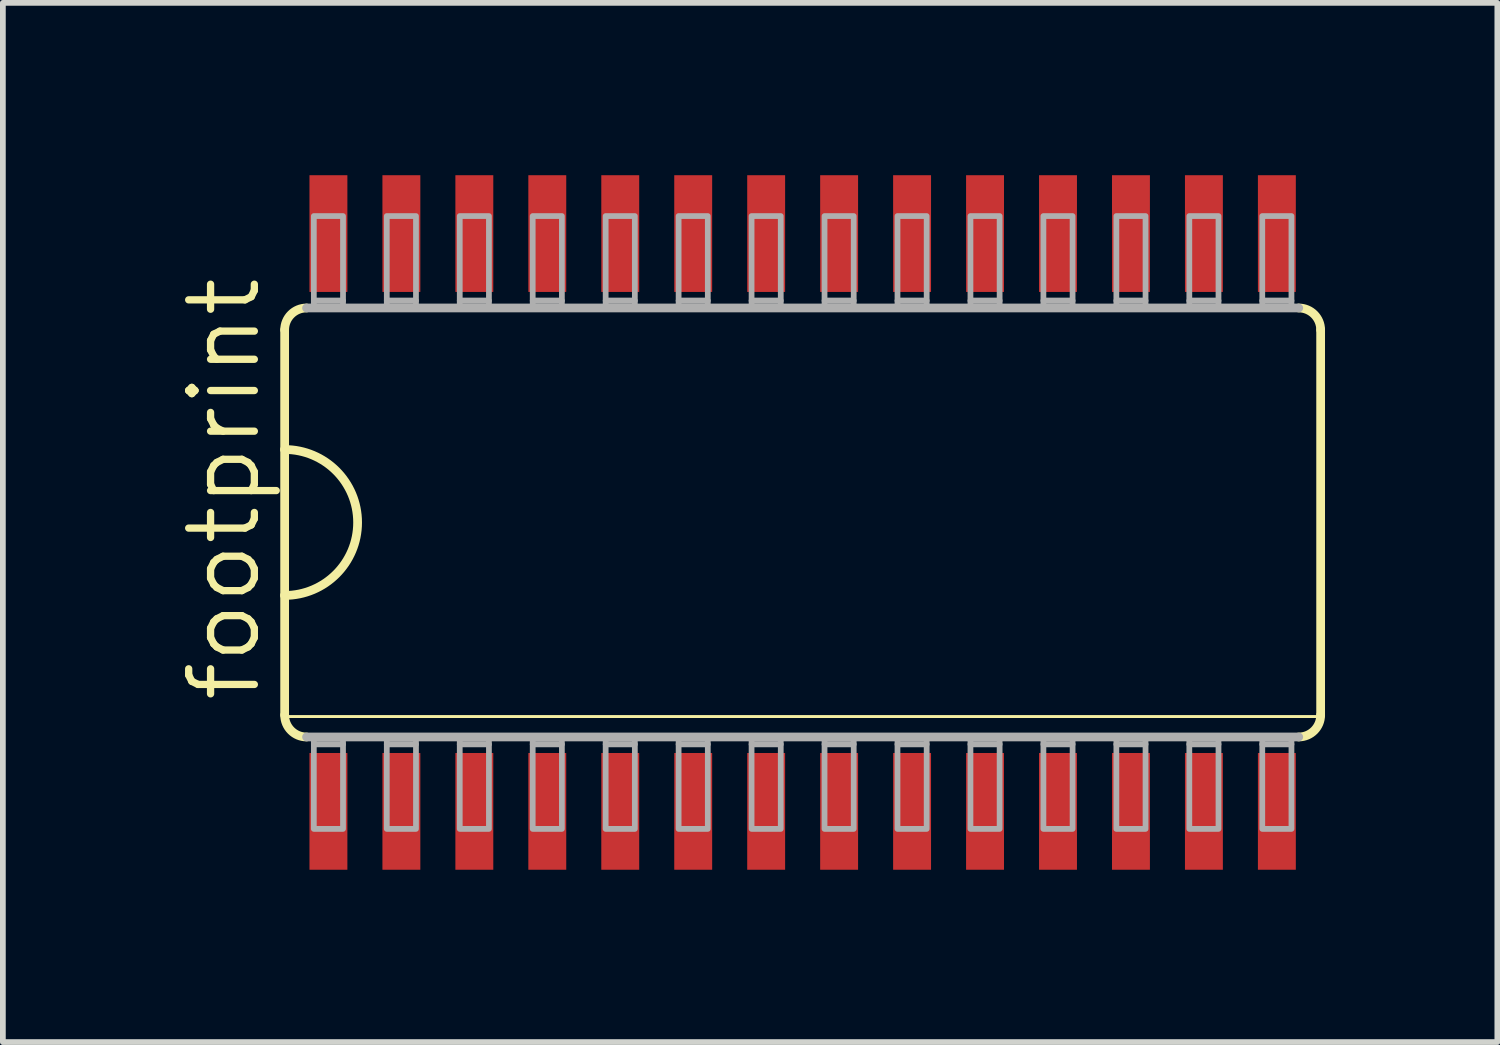
<source format=kicad_pcb>
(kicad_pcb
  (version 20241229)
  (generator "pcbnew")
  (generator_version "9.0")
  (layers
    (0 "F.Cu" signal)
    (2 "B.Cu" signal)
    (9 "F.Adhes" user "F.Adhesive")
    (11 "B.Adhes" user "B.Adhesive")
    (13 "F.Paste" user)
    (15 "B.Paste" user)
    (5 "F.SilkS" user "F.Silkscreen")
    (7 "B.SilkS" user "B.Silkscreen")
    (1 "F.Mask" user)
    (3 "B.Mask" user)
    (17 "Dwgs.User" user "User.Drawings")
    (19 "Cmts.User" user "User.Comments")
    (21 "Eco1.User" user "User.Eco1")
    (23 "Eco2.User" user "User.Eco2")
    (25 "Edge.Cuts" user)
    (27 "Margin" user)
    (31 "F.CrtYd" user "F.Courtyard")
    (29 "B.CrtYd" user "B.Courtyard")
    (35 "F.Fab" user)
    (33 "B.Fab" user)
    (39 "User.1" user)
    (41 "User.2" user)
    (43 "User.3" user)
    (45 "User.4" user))
  (footprint "footprint"
    (layer "F.Cu")
    (at 10.922 6.045)
    (property "Reference" "footprint" (at -9.398 3.175 90) (layer "F.SilkS") (effects (font (size 1.143 1.143) (thickness 0.127)) (justify left bottom)))
    (fp_line (start -9.017 -3.353) (end -9.017 -1.27) (stroke (width 0.152) (type solid)) (layer "F.SilkS"))
    (fp_line (start -9.017 -1.27) (end -9.017 1.27) (stroke (width 0.152) (type solid)) (layer "F.SilkS"))
    (fp_line (start -9.017 1.27) (end -9.017 3.353) (stroke (width 0.152) (type solid)) (layer "F.SilkS"))
    (fp_line (start -9.017 3.378) (end 9.017 3.378) (stroke (width 0.051) (type solid)) (layer "F.SilkS"))
    (fp_line (start 9.017 3.353) (end 9.017 -3.353) (stroke (width 0.152) (type solid)) (layer "F.SilkS"))
    (fp_arc (start -9.017 -3.3528) (mid -8.905408 -3.622208) (end -8.636 -3.7338) (stroke (width 0.1524) (type solid)) (layer "F.SilkS"))
    (fp_arc (start -9.017 -1.27) (mid -7.747 0) (end -9.017 1.27) (stroke (width 0.1524) (type solid)) (layer "F.SilkS"))
    (fp_arc (start -8.636 3.7338) (mid -8.905408 3.622208) (end -9.017 3.3528) (stroke (width 0.1524) (type solid)) (layer "F.SilkS"))
    (fp_arc (start 8.636 -3.7338) (mid 8.905408 -3.622208) (end 9.017 -3.3528) (stroke (width 0.1524) (type solid)) (layer "F.SilkS"))
    (fp_arc (start 9.017 3.3528) (mid 8.905408 3.622208) (end 8.636 3.7338) (stroke (width 0.1524) (type solid)) (layer "F.SilkS"))
    (fp_line (start -8.636 3.734) (end 8.636 3.734) (stroke (width 0.152) (type solid)) (layer "F.Fab"))
    (fp_line (start 8.636 -3.734) (end -8.636 -3.734) (stroke (width 0.152) (type solid)) (layer "F.Fab"))
    (fp_poly (pts (xy -8.509 -3.861) (xy -8.001 -3.861) (xy -8.001 -5.334) (xy -8.509 -5.334)) (stroke (width 0.1) (type solid)) (fill no) (layer "F.Fab"))
    (fp_poly (pts (xy -8.509 -3.734) (xy -8.001 -3.734) (xy -8.001 -3.861) (xy -8.509 -3.861)) (stroke (width 0.1) (type solid)) (fill no) (layer "F.Fab"))
    (fp_poly (pts (xy -8.509 3.861) (xy -8.001 3.861) (xy -8.001 3.734) (xy -8.509 3.734)) (stroke (width 0.1) (type solid)) (fill no) (layer "F.Fab"))
    (fp_poly (pts (xy -8.509 5.334) (xy -8.001 5.334) (xy -8.001 3.861) (xy -8.509 3.861)) (stroke (width 0.1) (type solid)) (fill no) (layer "F.Fab"))
    (fp_poly (pts (xy -7.239 -3.861) (xy -6.731 -3.861) (xy -6.731 -5.334) (xy -7.239 -5.334)) (stroke (width 0.1) (type solid)) (fill no) (layer "F.Fab"))
    (fp_poly (pts (xy -7.239 -3.734) (xy -6.731 -3.734) (xy -6.731 -3.861) (xy -7.239 -3.861)) (stroke (width 0.1) (type solid)) (fill no) (layer "F.Fab"))
    (fp_poly (pts (xy -7.239 3.861) (xy -6.731 3.861) (xy -6.731 3.734) (xy -7.239 3.734)) (stroke (width 0.1) (type solid)) (fill no) (layer "F.Fab"))
    (fp_poly (pts (xy -7.239 5.334) (xy -6.731 5.334) (xy -6.731 3.861) (xy -7.239 3.861)) (stroke (width 0.1) (type solid)) (fill no) (layer "F.Fab"))
    (fp_poly (pts (xy -5.969 -3.861) (xy -5.461 -3.861) (xy -5.461 -5.334) (xy -5.969 -5.334)) (stroke (width 0.1) (type solid)) (fill no) (layer "F.Fab"))
    (fp_poly (pts (xy -5.969 -3.734) (xy -5.461 -3.734) (xy -5.461 -3.861) (xy -5.969 -3.861)) (stroke (width 0.1) (type solid)) (fill no) (layer "F.Fab"))
    (fp_poly (pts (xy -5.969 3.861) (xy -5.461 3.861) (xy -5.461 3.734) (xy -5.969 3.734)) (stroke (width 0.1) (type solid)) (fill no) (layer "F.Fab"))
    (fp_poly (pts (xy -5.969 5.334) (xy -5.461 5.334) (xy -5.461 3.861) (xy -5.969 3.861)) (stroke (width 0.1) (type solid)) (fill no) (layer "F.Fab"))
    (fp_poly (pts (xy -4.699 -3.861) (xy -4.191 -3.861) (xy -4.191 -5.334) (xy -4.699 -5.334)) (stroke (width 0.1) (type solid)) (fill no) (layer "F.Fab"))
    (fp_poly (pts (xy -4.699 -3.734) (xy -4.191 -3.734) (xy -4.191 -3.861) (xy -4.699 -3.861)) (stroke (width 0.1) (type solid)) (fill no) (layer "F.Fab"))
    (fp_poly (pts (xy -4.699 3.861) (xy -4.191 3.861) (xy -4.191 3.734) (xy -4.699 3.734)) (stroke (width 0.1) (type solid)) (fill no) (layer "F.Fab"))
    (fp_poly (pts (xy -4.699 5.334) (xy -4.191 5.334) (xy -4.191 3.861) (xy -4.699 3.861)) (stroke (width 0.1) (type solid)) (fill no) (layer "F.Fab"))
    (fp_poly (pts (xy -3.429 -3.861) (xy -2.921 -3.861) (xy -2.921 -5.334) (xy -3.429 -5.334)) (stroke (width 0.1) (type solid)) (fill no) (layer "F.Fab"))
    (fp_poly (pts (xy -3.429 -3.734) (xy -2.921 -3.734) (xy -2.921 -3.861) (xy -3.429 -3.861)) (stroke (width 0.1) (type solid)) (fill no) (layer "F.Fab"))
    (fp_poly (pts (xy -3.429 3.861) (xy -2.921 3.861) (xy -2.921 3.734) (xy -3.429 3.734)) (stroke (width 0.1) (type solid)) (fill no) (layer "F.Fab"))
    (fp_poly (pts (xy -3.429 5.334) (xy -2.921 5.334) (xy -2.921 3.861) (xy -3.429 3.861)) (stroke (width 0.1) (type solid)) (fill no) (layer "F.Fab"))
    (fp_poly (pts (xy -2.159 -3.861) (xy -1.651 -3.861) (xy -1.651 -5.334) (xy -2.159 -5.334)) (stroke (width 0.1) (type solid)) (fill no) (layer "F.Fab"))
    (fp_poly (pts (xy -2.159 -3.734) (xy -1.651 -3.734) (xy -1.651 -3.861) (xy -2.159 -3.861)) (stroke (width 0.1) (type solid)) (fill no) (layer "F.Fab"))
    (fp_poly (pts (xy -2.159 3.861) (xy -1.651 3.861) (xy -1.651 3.734) (xy -2.159 3.734)) (stroke (width 0.1) (type solid)) (fill no) (layer "F.Fab"))
    (fp_poly (pts (xy -2.159 5.334) (xy -1.651 5.334) (xy -1.651 3.861) (xy -2.159 3.861)) (stroke (width 0.1) (type solid)) (fill no) (layer "F.Fab"))
    (fp_poly (pts (xy -0.889 -3.861) (xy -0.381 -3.861) (xy -0.381 -5.334) (xy -0.889 -5.334)) (stroke (width 0.1) (type solid)) (fill no) (layer "F.Fab"))
    (fp_poly (pts (xy -0.889 -3.734) (xy -0.381 -3.734) (xy -0.381 -3.861) (xy -0.889 -3.861)) (stroke (width 0.1) (type solid)) (fill no) (layer "F.Fab"))
    (fp_poly (pts (xy -0.889 3.861) (xy -0.381 3.861) (xy -0.381 3.734) (xy -0.889 3.734)) (stroke (width 0.1) (type solid)) (fill no) (layer "F.Fab"))
    (fp_poly (pts (xy -0.889 5.334) (xy -0.381 5.334) (xy -0.381 3.861) (xy -0.889 3.861)) (stroke (width 0.1) (type solid)) (fill no) (layer "F.Fab"))
    (fp_poly (pts (xy 0.381 -3.861) (xy 0.889 -3.861) (xy 0.889 -5.334) (xy 0.381 -5.334)) (stroke (width 0.1) (type solid)) (fill no) (layer "F.Fab"))
    (fp_poly (pts (xy 0.381 -3.734) (xy 0.889 -3.734) (xy 0.889 -3.861) (xy 0.381 -3.861)) (stroke (width 0.1) (type solid)) (fill no) (layer "F.Fab"))
    (fp_poly (pts (xy 0.381 3.861) (xy 0.889 3.861) (xy 0.889 3.734) (xy 0.381 3.734)) (stroke (width 0.1) (type solid)) (fill no) (layer "F.Fab"))
    (fp_poly (pts (xy 0.381 5.334) (xy 0.889 5.334) (xy 0.889 3.861) (xy 0.381 3.861)) (stroke (width 0.1) (type solid)) (fill no) (layer "F.Fab"))
    (fp_poly (pts (xy 1.651 -3.861) (xy 2.159 -3.861) (xy 2.159 -5.334) (xy 1.651 -5.334)) (stroke (width 0.1) (type solid)) (fill no) (layer "F.Fab"))
    (fp_poly (pts (xy 1.651 -3.734) (xy 2.159 -3.734) (xy 2.159 -3.861) (xy 1.651 -3.861)) (stroke (width 0.1) (type solid)) (fill no) (layer "F.Fab"))
    (fp_poly (pts (xy 1.651 3.861) (xy 2.159 3.861) (xy 2.159 3.734) (xy 1.651 3.734)) (stroke (width 0.1) (type solid)) (fill no) (layer "F.Fab"))
    (fp_poly (pts (xy 1.651 5.334) (xy 2.159 5.334) (xy 2.159 3.861) (xy 1.651 3.861)) (stroke (width 0.1) (type solid)) (fill no) (layer "F.Fab"))
    (fp_poly (pts (xy 2.921 -3.861) (xy 3.429 -3.861) (xy 3.429 -5.334) (xy 2.921 -5.334)) (stroke (width 0.1) (type solid)) (fill no) (layer "F.Fab"))
    (fp_poly (pts (xy 2.921 -3.734) (xy 3.429 -3.734) (xy 3.429 -3.861) (xy 2.921 -3.861)) (stroke (width 0.1) (type solid)) (fill no) (layer "F.Fab"))
    (fp_poly (pts (xy 2.921 3.861) (xy 3.429 3.861) (xy 3.429 3.734) (xy 2.921 3.734)) (stroke (width 0.1) (type solid)) (fill no) (layer "F.Fab"))
    (fp_poly (pts (xy 2.921 5.334) (xy 3.429 5.334) (xy 3.429 3.861) (xy 2.921 3.861)) (stroke (width 0.1) (type solid)) (fill no) (layer "F.Fab"))
    (fp_poly (pts (xy 4.191 -3.861) (xy 4.699 -3.861) (xy 4.699 -5.334) (xy 4.191 -5.334)) (stroke (width 0.1) (type solid)) (fill no) (layer "F.Fab"))
    (fp_poly (pts (xy 4.191 -3.734) (xy 4.699 -3.734) (xy 4.699 -3.861) (xy 4.191 -3.861)) (stroke (width 0.1) (type solid)) (fill no) (layer "F.Fab"))
    (fp_poly (pts (xy 4.191 3.861) (xy 4.699 3.861) (xy 4.699 3.734) (xy 4.191 3.734)) (stroke (width 0.1) (type solid)) (fill no) (layer "F.Fab"))
    (fp_poly (pts (xy 4.191 5.334) (xy 4.699 5.334) (xy 4.699 3.861) (xy 4.191 3.861)) (stroke (width 0.1) (type solid)) (fill no) (layer "F.Fab"))
    (fp_poly (pts (xy 5.461 -3.861) (xy 5.969 -3.861) (xy 5.969 -5.334) (xy 5.461 -5.334)) (stroke (width 0.1) (type solid)) (fill no) (layer "F.Fab"))
    (fp_poly (pts (xy 5.461 -3.734) (xy 5.969 -3.734) (xy 5.969 -3.861) (xy 5.461 -3.861)) (stroke (width 0.1) (type solid)) (fill no) (layer "F.Fab"))
    (fp_poly (pts (xy 5.461 3.861) (xy 5.969 3.861) (xy 5.969 3.734) (xy 5.461 3.734)) (stroke (width 0.1) (type solid)) (fill no) (layer "F.Fab"))
    (fp_poly (pts (xy 5.461 5.334) (xy 5.969 5.334) (xy 5.969 3.861) (xy 5.461 3.861)) (stroke (width 0.1) (type solid)) (fill no) (layer "F.Fab"))
    (fp_poly (pts (xy 6.731 -3.861) (xy 7.239 -3.861) (xy 7.239 -5.334) (xy 6.731 -5.334)) (stroke (width 0.1) (type solid)) (fill no) (layer "F.Fab"))
    (fp_poly (pts (xy 6.731 -3.734) (xy 7.239 -3.734) (xy 7.239 -3.861) (xy 6.731 -3.861)) (stroke (width 0.1) (type solid)) (fill no) (layer "F.Fab"))
    (fp_poly (pts (xy 6.731 3.861) (xy 7.239 3.861) (xy 7.239 3.734) (xy 6.731 3.734)) (stroke (width 0.1) (type solid)) (fill no) (layer "F.Fab"))
    (fp_poly (pts (xy 6.731 5.334) (xy 7.239 5.334) (xy 7.239 3.861) (xy 6.731 3.861)) (stroke (width 0.1) (type solid)) (fill no) (layer "F.Fab"))
    (fp_poly (pts (xy 8.001 -3.861) (xy 8.509 -3.861) (xy 8.509 -5.334) (xy 8.001 -5.334)) (stroke (width 0.1) (type solid)) (fill no) (layer "F.Fab"))
    (fp_poly (pts (xy 8.001 -3.734) (xy 8.509 -3.734) (xy 8.509 -3.861) (xy 8.001 -3.861)) (stroke (width 0.1) (type solid)) (fill no) (layer "F.Fab"))
    (fp_poly (pts (xy 8.001 3.861) (xy 8.509 3.861) (xy 8.509 3.734) (xy 8.001 3.734)) (stroke (width 0.1) (type solid)) (fill no) (layer "F.Fab"))
    (fp_poly (pts (xy 8.001 5.334) (xy 8.509 5.334) (xy 8.509 3.861) (xy 8.001 3.861)) (stroke (width 0.1) (type solid)) (fill no) (layer "F.Fab"))
    (pad "1" smd rect (at -8.255 5.029) (size 0.66 2.032) (layers "F.Cu" "F.Mask" "F.Paste"))
    (pad "2" smd rect (at -6.985 5.029) (size 0.66 2.032) (layers "F.Cu" "F.Mask" "F.Paste"))
    (pad "3" smd rect (at -5.715 5.029) (size 0.66 2.032) (layers "F.Cu" "F.Mask" "F.Paste"))
    (pad "4" smd rect (at -4.445 5.029) (size 0.66 2.032) (layers "F.Cu" "F.Mask" "F.Paste"))
    (pad "5" smd rect (at -3.175 5.029) (size 0.66 2.032) (layers "F.Cu" "F.Mask" "F.Paste"))
    (pad "6" smd rect (at -1.905 5.029) (size 0.66 2.032) (layers "F.Cu" "F.Mask" "F.Paste"))
    (pad "7" smd rect (at -0.635 5.029) (size 0.66 2.032) (layers "F.Cu" "F.Mask" "F.Paste"))
    (pad "8" smd rect (at 0.635 5.029) (size 0.66 2.032) (layers "F.Cu" "F.Mask" "F.Paste"))
    (pad "9" smd rect (at 1.905 5.029) (size 0.66 2.032) (layers "F.Cu" "F.Mask" "F.Paste"))
    (pad "10" smd rect (at 3.175 5.029) (size 0.66 2.032) (layers "F.Cu" "F.Mask" "F.Paste"))
    (pad "11" smd rect (at 4.445 5.029) (size 0.66 2.032) (layers "F.Cu" "F.Mask" "F.Paste"))
    (pad "12" smd rect (at 5.715 5.029) (size 0.66 2.032) (layers "F.Cu" "F.Mask" "F.Paste"))
    (pad "13" smd rect (at 6.985 5.029) (size 0.66 2.032) (layers "F.Cu" "F.Mask" "F.Paste"))
    (pad "14" smd rect (at 8.255 5.029) (size 0.66 2.032) (layers "F.Cu" "F.Mask" "F.Paste"))
    (pad "15" smd rect (at 8.255 -5.029) (size 0.66 2.032) (layers "F.Cu" "F.Mask" "F.Paste"))
    (pad "16" smd rect (at 6.985 -5.029) (size 0.66 2.032) (layers "F.Cu" "F.Mask" "F.Paste"))
    (pad "17" smd rect (at 5.715 -5.029) (size 0.66 2.032) (layers "F.Cu" "F.Mask" "F.Paste"))
    (pad "18" smd rect (at 4.445 -5.029) (size 0.66 2.032) (layers "F.Cu" "F.Mask" "F.Paste"))
    (pad "19" smd rect (at 3.175 -5.029) (size 0.66 2.032) (layers "F.Cu" "F.Mask" "F.Paste"))
    (pad "20" smd rect (at 1.905 -5.029) (size 0.66 2.032) (layers "F.Cu" "F.Mask" "F.Paste"))
    (pad "21" smd rect (at 0.635 -5.029) (size 0.66 2.032) (layers "F.Cu" "F.Mask" "F.Paste"))
    (pad "22" smd rect (at -0.635 -5.029) (size 0.66 2.032) (layers "F.Cu" "F.Mask" "F.Paste"))
    (pad "23" smd rect (at -1.905 -5.029) (size 0.66 2.032) (layers "F.Cu" "F.Mask" "F.Paste"))
    (pad "24" smd rect (at -3.175 -5.029) (size 0.66 2.032) (layers "F.Cu" "F.Mask" "F.Paste"))
    (pad "25" smd rect (at -4.445 -5.029) (size 0.66 2.032) (layers "F.Cu" "F.Mask" "F.Paste"))
    (pad "26" smd rect (at -5.715 -5.029) (size 0.66 2.032) (layers "F.Cu" "F.Mask" "F.Paste"))
    (pad "27" smd rect (at -6.985 -5.029) (size 0.66 2.032) (layers "F.Cu" "F.Mask" "F.Paste"))
    (pad "28" smd rect (at -8.255 -5.029) (size 0.66 2.032) (layers "F.Cu" "F.Mask" "F.Paste")))
  (gr_rect
    (start -3 -3)
    (end 23.015 15.09)
    (stroke (width 0.1) (type default))
    (fill no)
    (layer "Edge.Cuts")))
</source>
